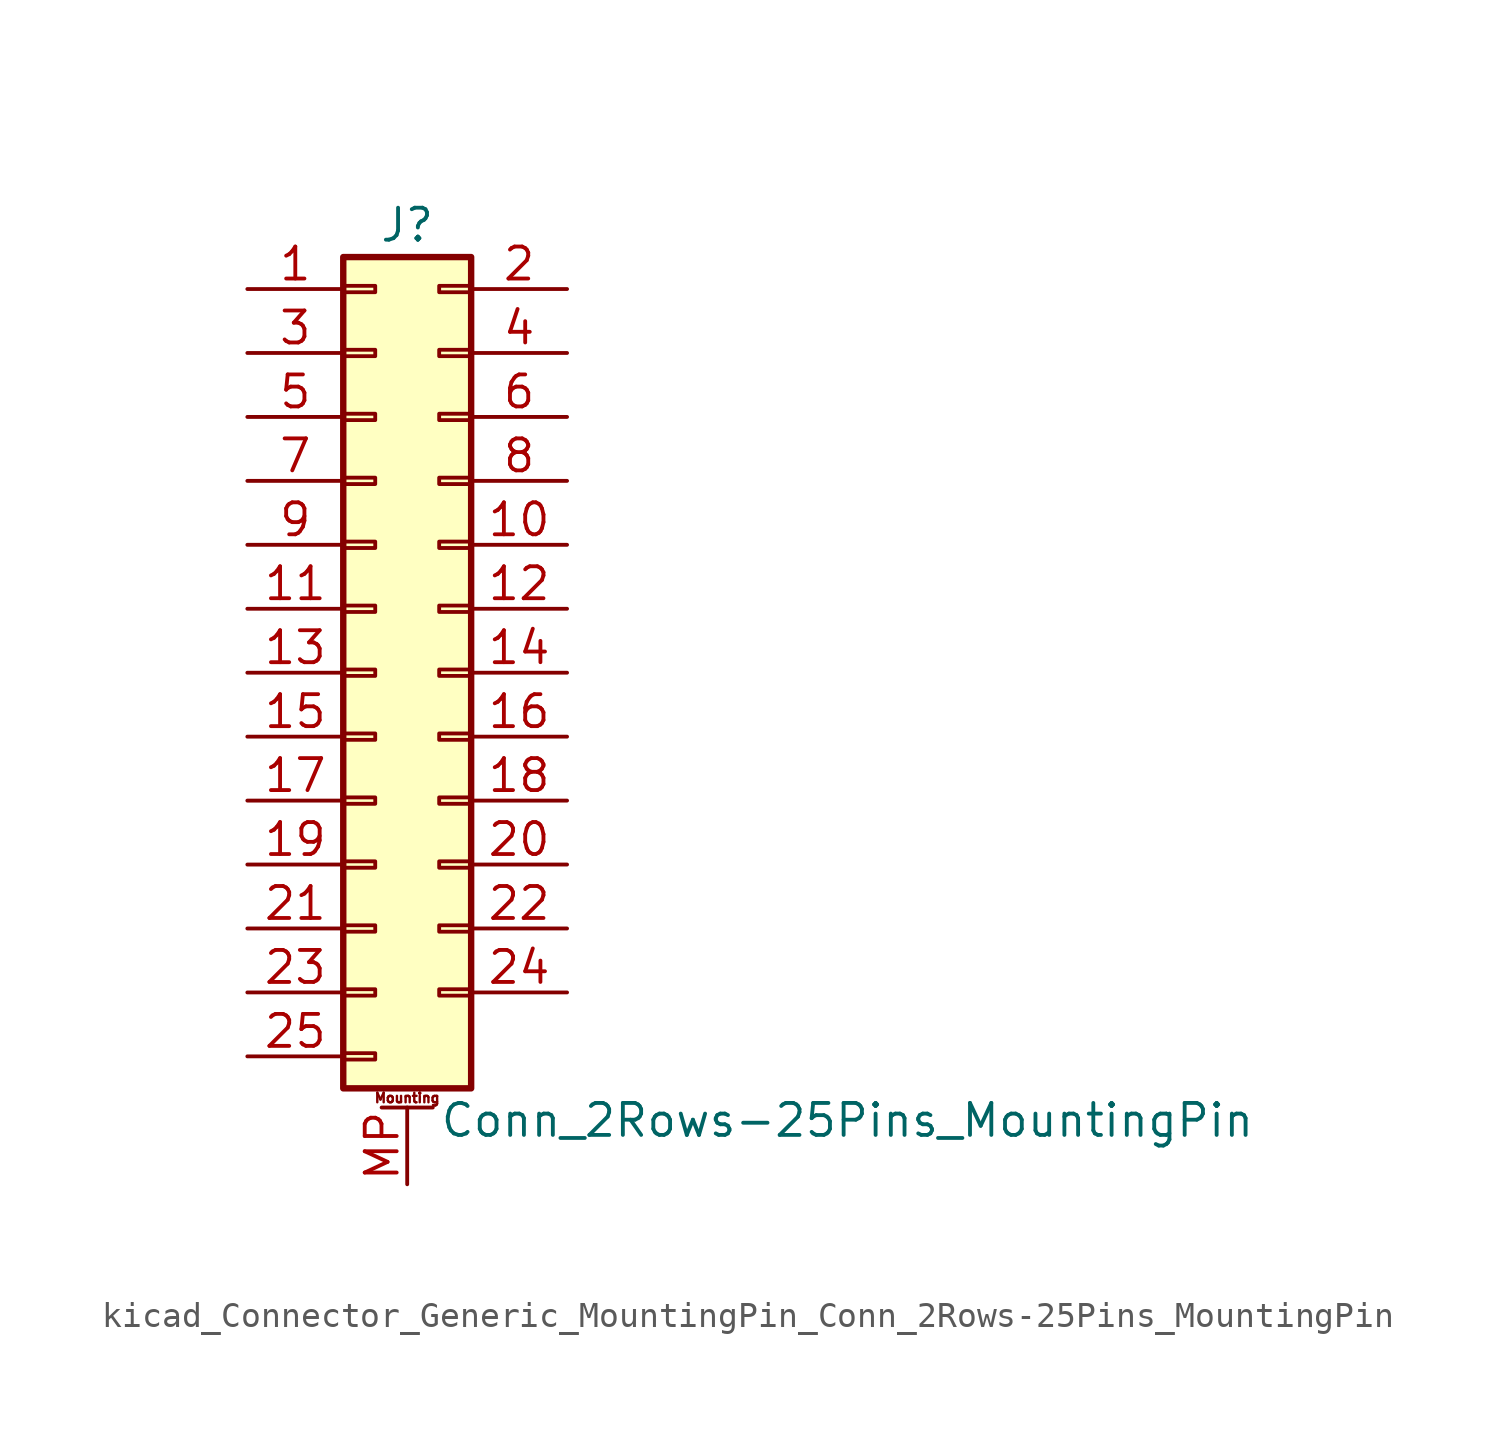
<source format=kicad_sym>
(kicad_symbol_lib
  (version 20220914)
  (generator kicad_symbol_editor)
  (symbol "kicad_Connector_Generic_MountingPin_Conn_2Rows-25Pins_MountingPin"
    (pin_names
      (offset 1.016) hide)
    (property "Reference" "J"
      (at 1.27 17.78 0)
      (effects (font (size 1.27 1.27))))
    (property "Value" "Conn_2Rows-25Pins_MountingPin"
      (at 2.54 -17.78 0)
      (effects (font (size 1.27 1.27)) (justify left)))
    (symbol "kicad_Connector_Generic_MountingPin_Conn_2Rows-25Pins_MountingPin_1_1"
      (rectangle (start -1.27 -15.113) (end 0 -15.367) (stroke (width 0.152) (type default)) (fill (type none)))
      (rectangle (start -1.27 -12.573) (end 0 -12.827) (stroke (width 0.152) (type default)) (fill (type none)))
      (rectangle (start -1.27 -10.033) (end 0 -10.287) (stroke (width 0.152) (type default)) (fill (type none)))
      (rectangle (start -1.27 -7.493) (end 0 -7.747) (stroke (width 0.152) (type default)) (fill (type none)))
      (rectangle (start -1.27 -4.953) (end 0 -5.207) (stroke (width 0.152) (type default)) (fill (type none)))
      (rectangle (start -1.27 -2.413) (end 0 -2.667) (stroke (width 0.152) (type default)) (fill (type none)))
      (rectangle (start -1.27 0.127) (end 0 -0.127) (stroke (width 0.152) (type default)) (fill (type none)))
      (rectangle (start -1.27 2.667) (end 0 2.413) (stroke (width 0.152) (type default)) (fill (type none)))
      (rectangle (start -1.27 5.207) (end 0 4.953) (stroke (width 0.152) (type default)) (fill (type none)))
      (rectangle (start -1.27 7.747) (end 0 7.493) (stroke (width 0.152) (type default)) (fill (type none)))
      (rectangle (start -1.27 10.287) (end 0 10.033) (stroke (width 0.152) (type default)) (fill (type none)))
      (rectangle (start -1.27 12.827) (end 0 12.573) (stroke (width 0.152) (type default)) (fill (type none)))
      (rectangle (start -1.27 15.367) (end 0 15.113) (stroke (width 0.152) (type default)) (fill (type none)))
      (rectangle (start -1.27 16.51) (end 3.81 -16.51) (stroke (width 0.254) (type default)) (fill (type background)))
      (polyline (pts (xy 0.254 -17.272) (xy 2.286 -17.272)) (stroke (width 0.152) (type default)) (fill (type none)))
      (rectangle (start 3.81 -12.573) (end 2.54 -12.827) (stroke (width 0.152) (type default)) (fill (type none)))
      (rectangle (start 3.81 -10.033) (end 2.54 -10.287) (stroke (width 0.152) (type default)) (fill (type none)))
      (rectangle (start 3.81 -7.493) (end 2.54 -7.747) (stroke (width 0.152) (type default)) (fill (type none)))
      (rectangle (start 3.81 -4.953) (end 2.54 -5.207) (stroke (width 0.152) (type default)) (fill (type none)))
      (rectangle (start 3.81 -2.413) (end 2.54 -2.667) (stroke (width 0.152) (type default)) (fill (type none)))
      (rectangle (start 3.81 0.127) (end 2.54 -0.127) (stroke (width 0.152) (type default)) (fill (type none)))
      (rectangle (start 3.81 2.667) (end 2.54 2.413) (stroke (width 0.152) (type default)) (fill (type none)))
      (rectangle (start 3.81 5.207) (end 2.54 4.953) (stroke (width 0.152) (type default)) (fill (type none)))
      (rectangle (start 3.81 7.747) (end 2.54 7.493) (stroke (width 0.152) (type default)) (fill (type none)))
      (rectangle (start 3.81 10.287) (end 2.54 10.033) (stroke (width 0.152) (type default)) (fill (type none)))
      (rectangle (start 3.81 12.827) (end 2.54 12.573) (stroke (width 0.152) (type default)) (fill (type none)))
      (rectangle (start 3.81 15.367) (end 2.54 15.113) (stroke (width 0.152) (type default)) (fill (type none)))
      (text "Mounting" (at 1.27 -16.891 0) (effects (font (size 0.381 0.381))))
      (pin passive line (at -5.08 15.24 0) (length 3.81) (name "Pin_1" (effects (font (size 1.27 1.27)))) (number "1" (effects (font (size 1.27 1.27)))))
      (pin passive line (at 7.62 5.08 180) (length 3.81) (name "Pin_10" (effects (font (size 1.27 1.27)))) (number "10" (effects (font (size 1.27 1.27)))))
      (pin passive line (at -5.08 2.54 0) (length 3.81) (name "Pin_11" (effects (font (size 1.27 1.27)))) (number "11" (effects (font (size 1.27 1.27)))))
      (pin passive line (at 7.62 2.54 180) (length 3.81) (name "Pin_12" (effects (font (size 1.27 1.27)))) (number "12" (effects (font (size 1.27 1.27)))))
      (pin passive line (at -5.08 0 0) (length 3.81) (name "Pin_13" (effects (font (size 1.27 1.27)))) (number "13" (effects (font (size 1.27 1.27)))))
      (pin passive line (at 7.62 0 180) (length 3.81) (name "Pin_14" (effects (font (size 1.27 1.27)))) (number "14" (effects (font (size 1.27 1.27)))))
      (pin passive line (at -5.08 -2.54 0) (length 3.81) (name "Pin_15" (effects (font (size 1.27 1.27)))) (number "15" (effects (font (size 1.27 1.27)))))
      (pin passive line (at 7.62 -2.54 180) (length 3.81) (name "Pin_16" (effects (font (size 1.27 1.27)))) (number "16" (effects (font (size 1.27 1.27)))))
      (pin passive line (at -5.08 -5.08 0) (length 3.81) (name "Pin_17" (effects (font (size 1.27 1.27)))) (number "17" (effects (font (size 1.27 1.27)))))
      (pin passive line (at 7.62 -5.08 180) (length 3.81) (name "Pin_18" (effects (font (size 1.27 1.27)))) (number "18" (effects (font (size 1.27 1.27)))))
      (pin passive line (at -5.08 -7.62 0) (length 3.81) (name "Pin_19" (effects (font (size 1.27 1.27)))) (number "19" (effects (font (size 1.27 1.27)))))
      (pin passive line (at 7.62 15.24 180) (length 3.81) (name "Pin_2" (effects (font (size 1.27 1.27)))) (number "2" (effects (font (size 1.27 1.27)))))
      (pin passive line (at 7.62 -7.62 180) (length 3.81) (name "Pin_20" (effects (font (size 1.27 1.27)))) (number "20" (effects (font (size 1.27 1.27)))))
      (pin passive line (at -5.08 -10.16 0) (length 3.81) (name "Pin_21" (effects (font (size 1.27 1.27)))) (number "21" (effects (font (size 1.27 1.27)))))
      (pin passive line (at 7.62 -10.16 180) (length 3.81) (name "Pin_22" (effects (font (size 1.27 1.27)))) (number "22" (effects (font (size 1.27 1.27)))))
      (pin passive line (at -5.08 -12.7 0) (length 3.81) (name "Pin_23" (effects (font (size 1.27 1.27)))) (number "23" (effects (font (size 1.27 1.27)))))
      (pin passive line (at 7.62 -12.7 180) (length 3.81) (name "Pin_24" (effects (font (size 1.27 1.27)))) (number "24" (effects (font (size 1.27 1.27)))))
      (pin passive line (at -5.08 -15.24 0) (length 3.81) (name "Pin_25" (effects (font (size 1.27 1.27)))) (number "25" (effects (font (size 1.27 1.27)))))
      (pin passive line (at -5.08 12.7 0) (length 3.81) (name "Pin_3" (effects (font (size 1.27 1.27)))) (number "3" (effects (font (size 1.27 1.27)))))
      (pin passive line (at 7.62 12.7 180) (length 3.81) (name "Pin_4" (effects (font (size 1.27 1.27)))) (number "4" (effects (font (size 1.27 1.27)))))
      (pin passive line (at -5.08 10.16 0) (length 3.81) (name "Pin_5" (effects (font (size 1.27 1.27)))) (number "5" (effects (font (size 1.27 1.27)))))
      (pin passive line (at 7.62 10.16 180) (length 3.81) (name "Pin_6" (effects (font (size 1.27 1.27)))) (number "6" (effects (font (size 1.27 1.27)))))
      (pin passive line (at -5.08 7.62 0) (length 3.81) (name "Pin_7" (effects (font (size 1.27 1.27)))) (number "7" (effects (font (size 1.27 1.27)))))
      (pin passive line (at 7.62 7.62 180) (length 3.81) (name "Pin_8" (effects (font (size 1.27 1.27)))) (number "8" (effects (font (size 1.27 1.27)))))
      (pin passive line (at -5.08 5.08 0) (length 3.81) (name "Pin_9" (effects (font (size 1.27 1.27)))) (number "9" (effects (font (size 1.27 1.27)))))
      (pin passive line (at 1.27 -20.32 90) (length 3.048) (name "MountPin" (effects (font (size 1.27 1.27)))) (number "MP" (effects (font (size 1.27 1.27))))))))
</source>
